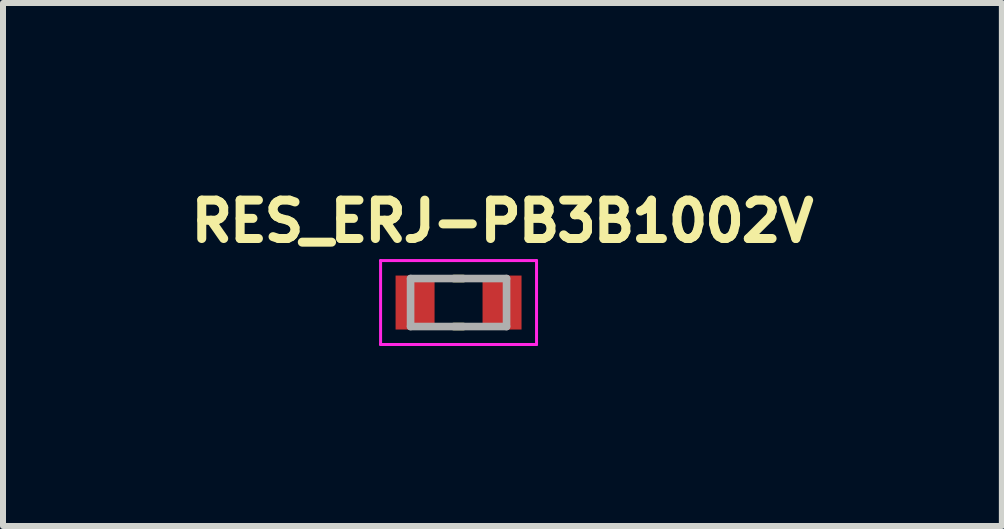
<source format=kicad_pcb>
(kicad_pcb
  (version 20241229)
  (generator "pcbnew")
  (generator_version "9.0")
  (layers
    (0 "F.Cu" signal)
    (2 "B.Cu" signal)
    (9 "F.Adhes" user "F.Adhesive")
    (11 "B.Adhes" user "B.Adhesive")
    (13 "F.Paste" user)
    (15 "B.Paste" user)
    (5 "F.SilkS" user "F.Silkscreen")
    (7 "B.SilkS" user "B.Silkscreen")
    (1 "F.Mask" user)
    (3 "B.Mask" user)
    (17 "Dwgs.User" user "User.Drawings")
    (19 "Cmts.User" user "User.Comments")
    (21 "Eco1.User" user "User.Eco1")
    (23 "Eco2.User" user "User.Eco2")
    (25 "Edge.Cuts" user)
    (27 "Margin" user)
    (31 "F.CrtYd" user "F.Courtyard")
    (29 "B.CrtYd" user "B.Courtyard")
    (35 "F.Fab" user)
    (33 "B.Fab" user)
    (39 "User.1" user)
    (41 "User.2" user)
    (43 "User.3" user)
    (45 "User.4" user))
  (footprint "RES_ERJ-PB3B1002V"
    (layer "F.Cu")
    (at 4.595 1.994)
    (property "Reference" "RES_ERJ-PB3B1002V" (at 0.732 -1.356 0) (layer "F.SilkS") (effects (font (size 0.64 0.64) (thickness 0.15))))
    (attr smd)
    (fp_line (start -0.08 -0.4) (end 0.08 -0.4) (stroke (width 0.127) (type solid)) (layer "F.SilkS"))
    (fp_line (start -0.08 0.4) (end 0.08 0.4) (stroke (width 0.127) (type solid)) (layer "F.SilkS"))
    (fp_line (start -1.3 -0.7) (end -1.3 0.7) (stroke (width 0.05) (type solid)) (layer "F.CrtYd"))
    (fp_line (start -1.3 0.7) (end 1.3 0.7) (stroke (width 0.05) (type solid)) (layer "F.CrtYd"))
    (fp_line (start 1.3 -0.7) (end -1.3 -0.7) (stroke (width 0.05) (type solid)) (layer "F.CrtYd"))
    (fp_line (start 1.3 0.7) (end 1.3 -0.7) (stroke (width 0.05) (type solid)) (layer "F.CrtYd"))
    (fp_line (start -0.8 -0.4) (end -0.8 0.4) (stroke (width 0.127) (type solid)) (layer "F.Fab"))
    (fp_line (start -0.8 -0.4) (end 0.8 -0.4) (stroke (width 0.127) (type solid)) (layer "F.Fab"))
    (fp_line (start -0.8 0.4) (end 0.8 0.4) (stroke (width 0.127) (type solid)) (layer "F.Fab"))
    (fp_line (start 0.8 -0.4) (end 0.8 0.4) (stroke (width 0.127) (type solid)) (layer "F.Fab"))
    (pad "1" smd rect (at -0.725 0) (size 0.65 0.9) (layers "F.Cu" "F.Mask" "F.Paste"))
    (pad "2" smd rect (at 0.725 0) (size 0.65 0.9) (layers "F.Cu" "F.Mask" "F.Paste")))
  (gr_rect
    (start -3 -3)
    (end 13.653 5.719)
    (stroke (width 0.1) (type default))
    (fill no)
    (layer "Edge.Cuts")))
</source>
